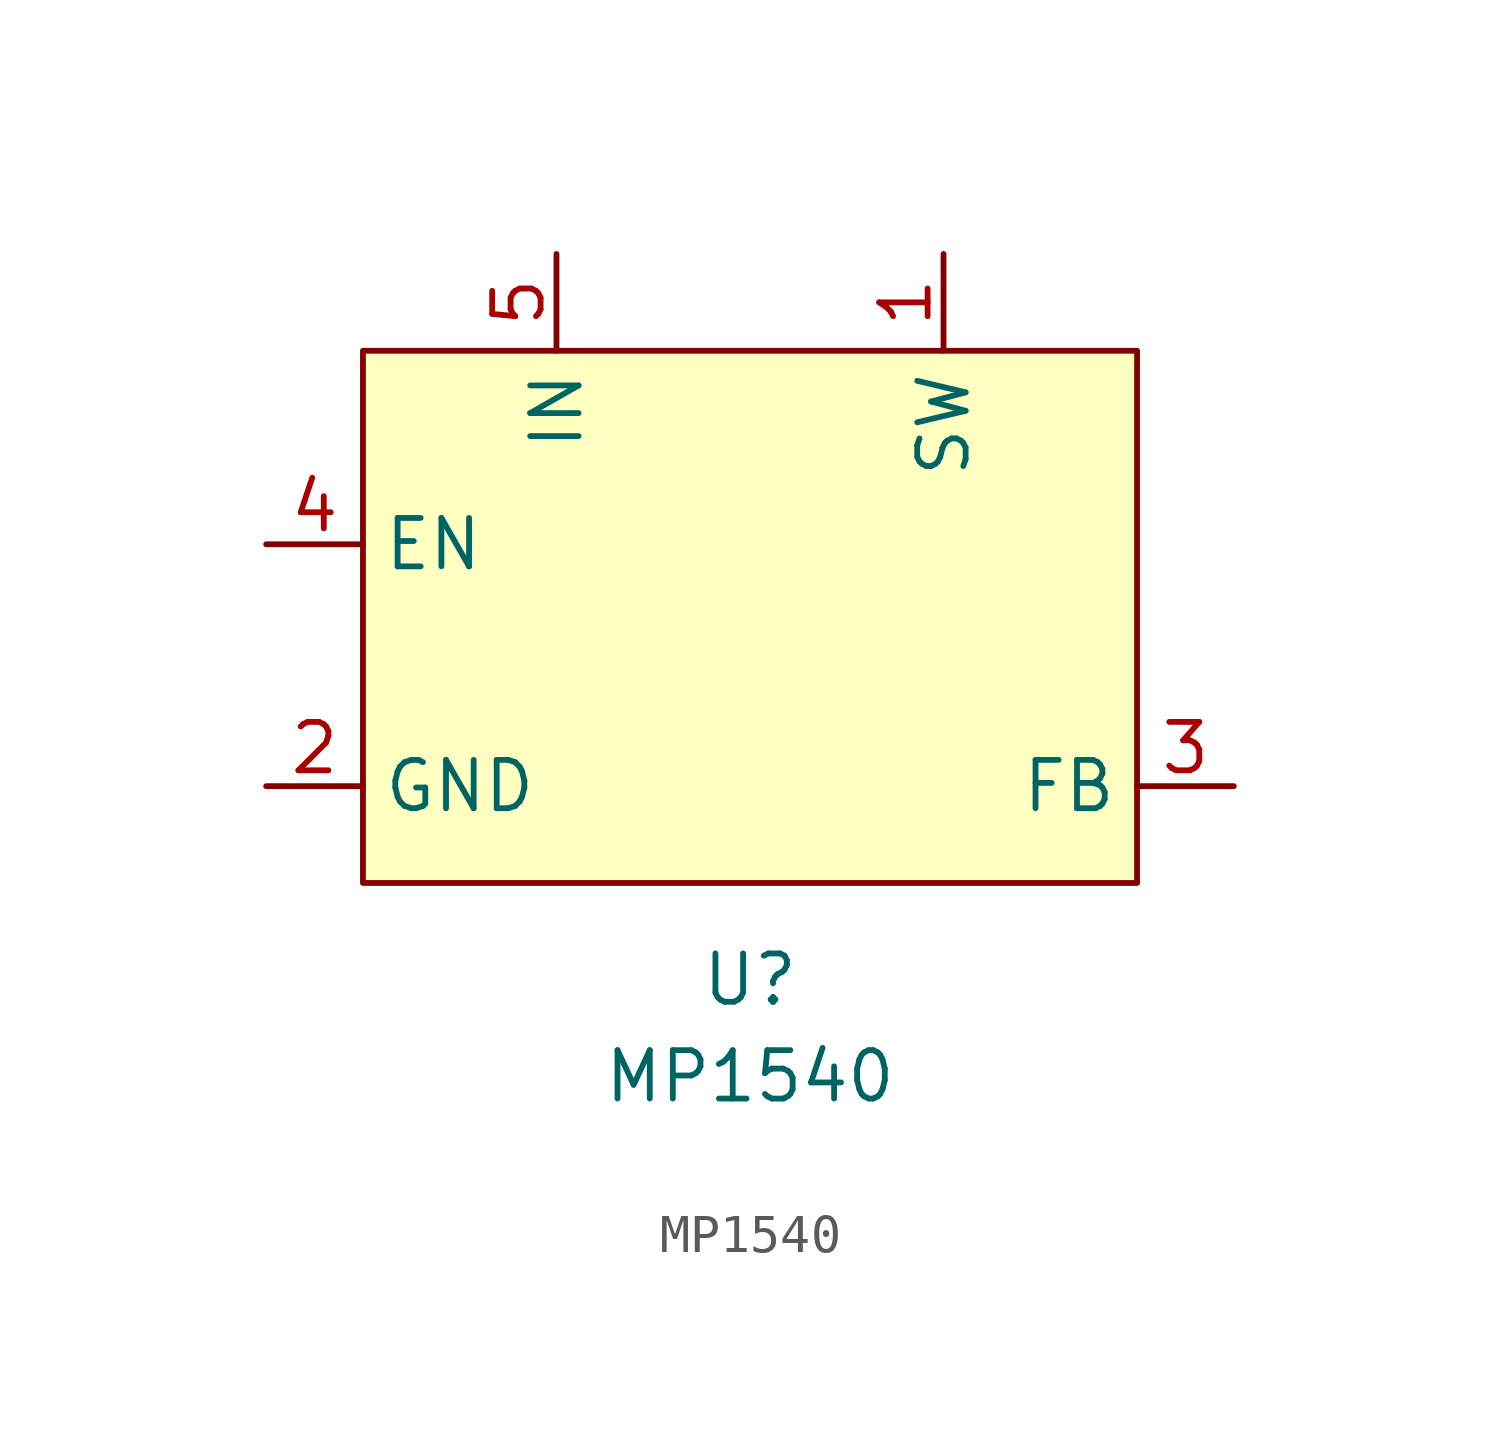
<source format=kicad_sym>
(kicad_symbol_lib
  (version 20211014)
  (generator kicad_symbol_editor)
  (symbol "MP1540"
    (property "Reference" "U"
      (at 0 -10.16 0)
      (effects (font (size 1.27 1.27))))
    (property "Value" "MP1540"
      (at 0 -12.7 0)
      (effects (font (size 1.27 1.27))))
    (symbol "MP1540_0_1"
      (rectangle (start -10.16 6.35) (end 10.16 -7.62) (stroke (width 0) (type default) (color 0 0 0 0)) (fill (type background))))
    (symbol "MP1540_1_1"
      (pin output line (at 5.08 8.89 270) (length 2.54) (name "SW" (effects (font (size 1.27 1.27)))) (number "1" (effects (font (size 1.27 1.27)))))
      (pin input line (at -12.7 -5.08 0) (length 2.54) (name "GND" (effects (font (size 1.27 1.27)))) (number "2" (effects (font (size 1.27 1.27)))))
      (pin input line (at 12.7 -5.08 180) (length 2.54) (name "FB" (effects (font (size 1.27 1.27)))) (number "3" (effects (font (size 1.27 1.27)))))
      (pin input line (at -12.7 1.27 0) (length 2.54) (name "EN" (effects (font (size 1.27 1.27)))) (number "4" (effects (font (size 1.27 1.27)))))
      (pin input line (at -5.08 8.89 270) (length 2.54) (name "IN" (effects (font (size 1.27 1.27)))) (number "5" (effects (font (size 1.27 1.27))))))))
</source>
